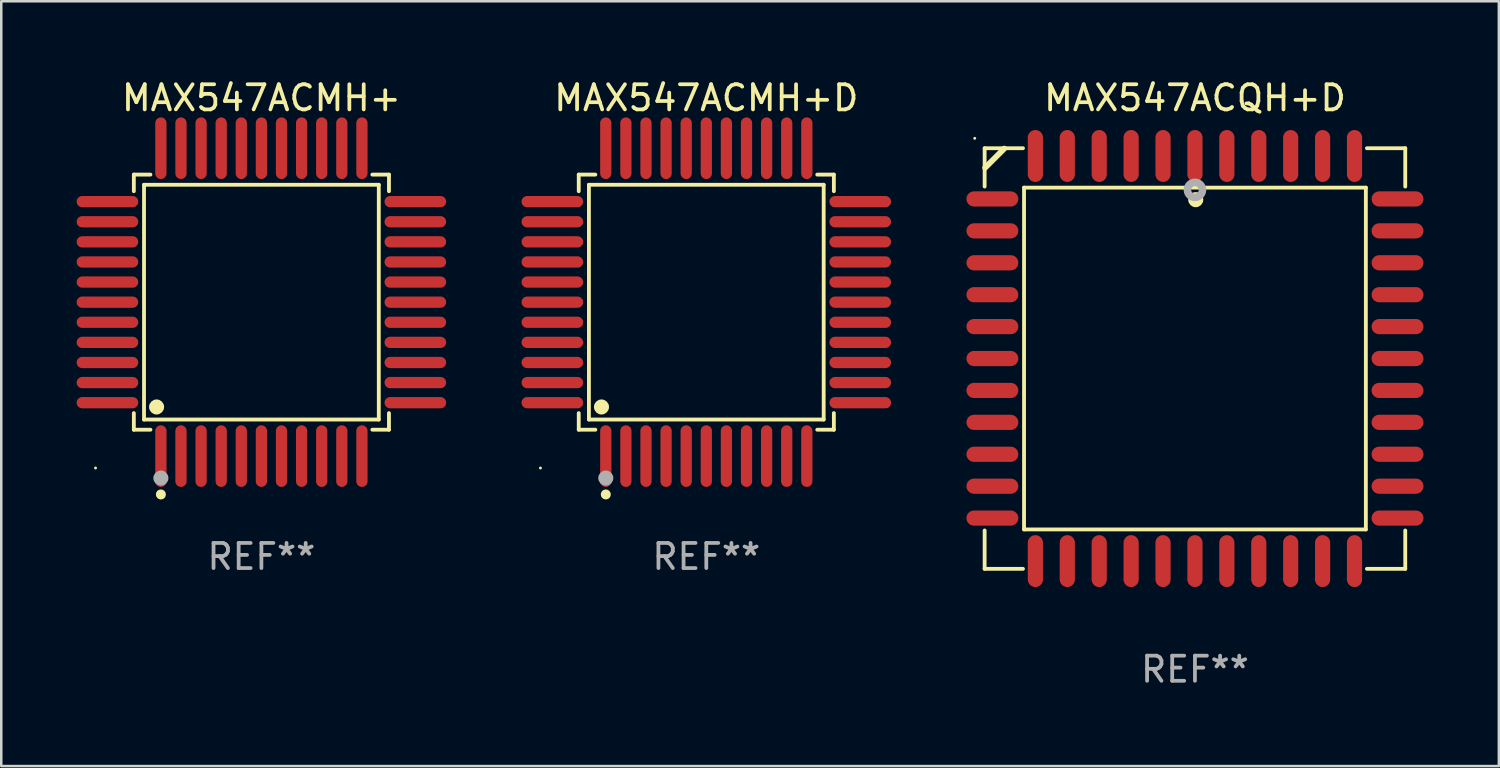
<source format=kicad_pcb>
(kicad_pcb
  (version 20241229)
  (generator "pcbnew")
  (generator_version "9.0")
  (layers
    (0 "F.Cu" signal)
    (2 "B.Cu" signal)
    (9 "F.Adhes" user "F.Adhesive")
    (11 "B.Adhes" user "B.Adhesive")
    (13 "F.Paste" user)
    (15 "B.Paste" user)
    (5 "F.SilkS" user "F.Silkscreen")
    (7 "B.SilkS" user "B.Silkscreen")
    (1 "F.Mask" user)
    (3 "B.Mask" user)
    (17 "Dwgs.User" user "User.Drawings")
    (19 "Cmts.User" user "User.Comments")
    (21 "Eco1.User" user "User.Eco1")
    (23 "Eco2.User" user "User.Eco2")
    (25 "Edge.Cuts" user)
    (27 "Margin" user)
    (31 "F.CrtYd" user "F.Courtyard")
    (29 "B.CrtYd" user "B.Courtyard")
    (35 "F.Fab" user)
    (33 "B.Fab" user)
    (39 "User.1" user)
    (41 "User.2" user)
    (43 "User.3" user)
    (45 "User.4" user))
  (footprint "MAX547ACQH+D"
    (layer "F.Cu")
    (at 44.501 11.217)
    (property "Reference" "MAX547ACQH+D" (at 0 -10.369 0) (layer "F.SilkS") (effects (font (size 1 1) (thickness 0.15))))
    (attr through_hole)
    (fp_line (start -8.369 -8.369) (end -8.369 -6.843) (stroke (width 0.152) (type solid)) (layer "F.SilkS"))
    (fp_line (start -8.369 8.369) (end -8.369 6.842) (stroke (width 0.152) (type solid)) (layer "F.SilkS"))
    (fp_line (start -7.589 -8.353) (end -8.351 -7.591) (stroke (width 0.229) (type solid)) (layer "F.SilkS"))
    (fp_line (start -6.843 -8.369) (end -8.369 -8.369) (stroke (width 0.152) (type solid)) (layer "F.SilkS"))
    (fp_line (start -6.843 8.369) (end -8.369 8.369) (stroke (width 0.152) (type solid)) (layer "F.SilkS"))
    (fp_line (start -6.801 -6.801) (end 6.801 -6.801) (stroke (width 0.152) (type solid)) (layer "F.SilkS"))
    (fp_line (start -6.801 6.801) (end -6.801 -6.801) (stroke (width 0.152) (type solid)) (layer "F.SilkS"))
    (fp_line (start 6.801 -6.801) (end 6.801 6.801) (stroke (width 0.152) (type solid)) (layer "F.SilkS"))
    (fp_line (start 6.801 6.801) (end -6.801 6.801) (stroke (width 0.152) (type solid)) (layer "F.SilkS"))
    (fp_line (start 6.843 -8.369) (end 8.369 -8.369) (stroke (width 0.152) (type solid)) (layer "F.SilkS"))
    (fp_line (start 6.843 8.369) (end 8.369 8.369) (stroke (width 0.152) (type solid)) (layer "F.SilkS"))
    (fp_line (start 8.369 -8.369) (end 8.369 -6.843) (stroke (width 0.152) (type solid)) (layer "F.SilkS"))
    (fp_line (start 8.369 8.369) (end 8.369 6.842) (stroke (width 0.152) (type solid)) (layer "F.SilkS"))
    (fp_circle (center -8.763 -8.763) (end -8.733 -8.763) (stroke (width 0.06) (type solid)) (fill no) (layer "F.SilkS"))
    (fp_circle (center 0.031 -6.321) (end 0.181 -6.321) (stroke (width 0.3) (type solid)) (fill no) (layer "F.SilkS"))
    (fp_circle (center 0.000076 -6.712) (end 0.15 -6.712) (stroke (width 0.3) (type solid)) (fill no) (layer "F.Fab"))
    (fp_text user "REF**" (at 0 12.369 0) (layer "F.Fab") (effects (font (size 1 1) (thickness 0.15))))
    (pad "1" smd oval (at 0.000076 -8.061 270) (size 2.064 0.604) (layers "F.Cu" "F.Mask" "F.Paste"))
    (pad "2" smd oval (at -1.27 -8.061 270) (size 2.064 0.604) (layers "F.Cu" "F.Mask" "F.Paste"))
    (pad "3" smd oval (at -2.54 -8.061 270) (size 2.064 0.604) (layers "F.Cu" "F.Mask" "F.Paste"))
    (pad "4" smd oval (at -3.81 -8.061 270) (size 2.064 0.604) (layers "F.Cu" "F.Mask" "F.Paste"))
    (pad "5" smd oval (at -5.08 -8.061 270) (size 2.064 0.604) (layers "F.Cu" "F.Mask" "F.Paste"))
    (pad "6" smd oval (at -6.35 -8.061 270) (size 2.064 0.604) (layers "F.Cu" "F.Mask" "F.Paste"))
    (pad "7" smd oval (at -8.061 -6.35 270) (size 0.604 2.064) (layers "F.Cu" "F.Mask" "F.Paste"))
    (pad "8" smd oval (at -8.061 -5.08 270) (size 0.604 2.064) (layers "F.Cu" "F.Mask" "F.Paste"))
    (pad "9" smd oval (at -8.061 -3.81 270) (size 0.604 2.064) (layers "F.Cu" "F.Mask" "F.Paste"))
    (pad "10" smd oval (at -8.061 -2.54 270) (size 0.604 2.064) (layers "F.Cu" "F.Mask" "F.Paste"))
    (pad "11" smd oval (at -8.061 -1.27 270) (size 0.604 2.064) (layers "F.Cu" "F.Mask" "F.Paste"))
    (pad "12" smd oval (at -8.061 -0.000051 270) (size 0.604 2.064) (layers "F.Cu" "F.Mask" "F.Paste"))
    (pad "13" smd oval (at -8.061 1.27 270) (size 0.604 2.064) (layers "F.Cu" "F.Mask" "F.Paste"))
    (pad "14" smd oval (at -8.061 2.54 270) (size 0.604 2.064) (layers "F.Cu" "F.Mask" "F.Paste"))
    (pad "15" smd oval (at -8.061 3.81 270) (size 0.604 2.064) (layers "F.Cu" "F.Mask" "F.Paste"))
    (pad "16" smd oval (at -8.061 5.08 270) (size 0.604 2.064) (layers "F.Cu" "F.Mask" "F.Paste"))
    (pad "17" smd oval (at -8.061 6.35 270) (size 0.604 2.064) (layers "F.Cu" "F.Mask" "F.Paste"))
    (pad "18" smd oval (at -6.35 8.061 270) (size 2.064 0.604) (layers "F.Cu" "F.Mask" "F.Paste"))
    (pad "19" smd oval (at -5.08 8.061 270) (size 2.064 0.604) (layers "F.Cu" "F.Mask" "F.Paste"))
    (pad "20" smd oval (at -3.81 8.061 270) (size 2.064 0.604) (layers "F.Cu" "F.Mask" "F.Paste"))
    (pad "21" smd oval (at -2.54 8.061 270) (size 2.064 0.604) (layers "F.Cu" "F.Mask" "F.Paste"))
    (pad "22" smd oval (at -1.27 8.061 270) (size 2.064 0.604) (layers "F.Cu" "F.Mask" "F.Paste"))
    (pad "23" smd oval (at 0.000076 8.061 270) (size 2.064 0.604) (layers "F.Cu" "F.Mask" "F.Paste"))
    (pad "24" smd oval (at 1.27 8.061 270) (size 2.064 0.604) (layers "F.Cu" "F.Mask" "F.Paste"))
    (pad "25" smd oval (at 2.54 8.061 270) (size 2.064 0.604) (layers "F.Cu" "F.Mask" "F.Paste"))
    (pad "26" smd oval (at 3.81 8.061 270) (size 2.064 0.604) (layers "F.Cu" "F.Mask" "F.Paste"))
    (pad "27" smd oval (at 5.08 8.061 270) (size 2.064 0.604) (layers "F.Cu" "F.Mask" "F.Paste"))
    (pad "28" smd oval (at 6.35 8.061 270) (size 2.064 0.604) (layers "F.Cu" "F.Mask" "F.Paste"))
    (pad "29" smd oval (at 8.061 6.35 270) (size 0.604 2.064) (layers "F.Cu" "F.Mask" "F.Paste"))
    (pad "30" smd oval (at 8.061 5.08 270) (size 0.604 2.064) (layers "F.Cu" "F.Mask" "F.Paste"))
    (pad "31" smd oval (at 8.061 3.81 270) (size 0.604 2.064) (layers "F.Cu" "F.Mask" "F.Paste"))
    (pad "32" smd oval (at 8.061 2.54 270) (size 0.604 2.064) (layers "F.Cu" "F.Mask" "F.Paste"))
    (pad "33" smd oval (at 8.061 1.27 270) (size 0.604 2.064) (layers "F.Cu" "F.Mask" "F.Paste"))
    (pad "34" smd oval (at 8.061 -0.000051 270) (size 0.604 2.064) (layers "F.Cu" "F.Mask" "F.Paste"))
    (pad "35" smd oval (at 8.061 -1.27 270) (size 0.604 2.064) (layers "F.Cu" "F.Mask" "F.Paste"))
    (pad "36" smd oval (at 8.061 -2.54 270) (size 0.604 2.064) (layers "F.Cu" "F.Mask" "F.Paste"))
    (pad "37" smd oval (at 8.061 -3.81 270) (size 0.604 2.064) (layers "F.Cu" "F.Mask" "F.Paste"))
    (pad "38" smd oval (at 8.061 -5.08 270) (size 0.604 2.064) (layers "F.Cu" "F.Mask" "F.Paste"))
    (pad "39" smd oval (at 8.061 -6.35 270) (size 0.604 2.064) (layers "F.Cu" "F.Mask" "F.Paste"))
    (pad "40" smd oval (at 6.35 -8.061 270) (size 2.064 0.604) (layers "F.Cu" "F.Mask" "F.Paste"))
    (pad "41" smd oval (at 5.08 -8.061 270) (size 2.064 0.604) (layers "F.Cu" "F.Mask" "F.Paste"))
    (pad "42" smd oval (at 3.81 -8.061 270) (size 2.064 0.604) (layers "F.Cu" "F.Mask" "F.Paste"))
    (pad "43" smd oval (at 2.54 -8.061 270) (size 2.064 0.604) (layers "F.Cu" "F.Mask" "F.Paste"))
    (pad "44" smd oval (at 1.27 -8.061 270) (size 2.064 0.604) (layers "F.Cu" "F.Mask" "F.Paste")))
  (footprint "MAX547ACMH+D"
    (layer "F.Cu")
    (at 25.056 8.974)
    (property "Reference" "MAX547ACMH+D" (at 0 -8.126 0) (layer "F.SilkS") (effects (font (size 1 1) (thickness 0.15))))
    (attr through_hole)
    (fp_line (start -5.076 -5.076) (end -4.415 -5.076) (stroke (width 0.152) (type solid)) (layer "F.SilkS"))
    (fp_line (start -5.076 -4.415) (end -5.076 -5.076) (stroke (width 0.152) (type solid)) (layer "F.SilkS"))
    (fp_line (start -5.076 4.415) (end -5.076 5.076) (stroke (width 0.152) (type solid)) (layer "F.SilkS"))
    (fp_line (start -5.076 5.076) (end -4.415 5.076) (stroke (width 0.152) (type solid)) (layer "F.SilkS"))
    (fp_line (start -4.671 -4.671) (end 4.671 -4.671) (stroke (width 0.152) (type solid)) (layer "F.SilkS"))
    (fp_line (start -4.671 4.671) (end -4.671 -4.671) (stroke (width 0.152) (type solid)) (layer "F.SilkS"))
    (fp_line (start 4.671 -4.671) (end 4.671 4.671) (stroke (width 0.152) (type solid)) (layer "F.SilkS"))
    (fp_line (start 4.671 4.671) (end -4.671 4.671) (stroke (width 0.152) (type solid)) (layer "F.SilkS"))
    (fp_line (start 5.076 -5.076) (end 4.415 -5.076) (stroke (width 0.152) (type solid)) (layer "F.SilkS"))
    (fp_line (start 5.076 -4.415) (end 5.076 -5.076) (stroke (width 0.152) (type solid)) (layer "F.SilkS"))
    (fp_line (start 5.076 4.415) (end 5.076 5.076) (stroke (width 0.152) (type solid)) (layer "F.SilkS"))
    (fp_line (start 5.076 5.076) (end 4.415 5.076) (stroke (width 0.152) (type solid)) (layer "F.SilkS"))
    (fp_circle (center -6.6 6.6) (end -6.57 6.6) (stroke (width 0.06) (type solid)) (fill no) (layer "F.SilkS"))
    (fp_circle (center -4.171 4.171) (end -4.021 4.171) (stroke (width 0.3) (type solid)) (fill no) (layer "F.SilkS"))
    (fp_circle (center -4 7.652) (end -3.9 7.652) (stroke (width 0.2) (type solid)) (fill no) (layer "F.SilkS"))
    (fp_circle (center -4 7) (end -3.85 7) (stroke (width 0.3) (type solid)) (fill no) (layer "F.Fab"))
    (fp_text user "REF**" (at 0 10.126 0) (layer "F.Fab") (effects (font (size 1 1) (thickness 0.15))))
    (pad "1" smd oval (at -4 6.126) (size 0.448 2.452) (layers "F.Cu" "F.Mask" "F.Paste"))
    (pad "2" smd oval (at -3.2 6.126) (size 0.448 2.452) (layers "F.Cu" "F.Mask" "F.Paste"))
    (pad "3" smd oval (at -2.4 6.126) (size 0.448 2.452) (layers "F.Cu" "F.Mask" "F.Paste"))
    (pad "4" smd oval (at -1.6 6.126) (size 0.448 2.452) (layers "F.Cu" "F.Mask" "F.Paste"))
    (pad "5" smd oval (at -0.8 6.126) (size 0.448 2.452) (layers "F.Cu" "F.Mask" "F.Paste"))
    (pad "6" smd oval (at 0 6.126) (size 0.448 2.452) (layers "F.Cu" "F.Mask" "F.Paste"))
    (pad "7" smd oval (at 0.8 6.126) (size 0.448 2.452) (layers "F.Cu" "F.Mask" "F.Paste"))
    (pad "8" smd oval (at 1.6 6.126) (size 0.448 2.452) (layers "F.Cu" "F.Mask" "F.Paste"))
    (pad "9" smd oval (at 2.4 6.126) (size 0.448 2.452) (layers "F.Cu" "F.Mask" "F.Paste"))
    (pad "10" smd oval (at 3.2 6.126) (size 0.448 2.452) (layers "F.Cu" "F.Mask" "F.Paste"))
    (pad "11" smd oval (at 4 6.126) (size 0.448 2.452) (layers "F.Cu" "F.Mask" "F.Paste"))
    (pad "12" smd oval (at 6.126 4) (size 2.452 0.448) (layers "F.Cu" "F.Mask" "F.Paste"))
    (pad "13" smd oval (at 6.126 3.2) (size 2.452 0.448) (layers "F.Cu" "F.Mask" "F.Paste"))
    (pad "14" smd oval (at 6.126 2.4) (size 2.452 0.448) (layers "F.Cu" "F.Mask" "F.Paste"))
    (pad "15" smd oval (at 6.126 1.6) (size 2.452 0.448) (layers "F.Cu" "F.Mask" "F.Paste"))
    (pad "16" smd oval (at 6.126 0.8) (size 2.452 0.448) (layers "F.Cu" "F.Mask" "F.Paste"))
    (pad "17" smd oval (at 6.126 0) (size 2.452 0.448) (layers "F.Cu" "F.Mask" "F.Paste"))
    (pad "18" smd oval (at 6.126 -0.8) (size 2.452 0.448) (layers "F.Cu" "F.Mask" "F.Paste"))
    (pad "19" smd oval (at 6.126 -1.6) (size 2.452 0.448) (layers "F.Cu" "F.Mask" "F.Paste"))
    (pad "20" smd oval (at 6.126 -2.4) (size 2.452 0.448) (layers "F.Cu" "F.Mask" "F.Paste"))
    (pad "21" smd oval (at 6.126 -3.2) (size 2.452 0.448) (layers "F.Cu" "F.Mask" "F.Paste"))
    (pad "22" smd oval (at 6.126 -4) (size 2.452 0.448) (layers "F.Cu" "F.Mask" "F.Paste"))
    (pad "23" smd oval (at 4 -6.126) (size 0.448 2.452) (layers "F.Cu" "F.Mask" "F.Paste"))
    (pad "24" smd oval (at 3.2 -6.126) (size 0.448 2.452) (layers "F.Cu" "F.Mask" "F.Paste"))
    (pad "25" smd oval (at 2.4 -6.126) (size 0.448 2.452) (layers "F.Cu" "F.Mask" "F.Paste"))
    (pad "26" smd oval (at 1.6 -6.126) (size 0.448 2.452) (layers "F.Cu" "F.Mask" "F.Paste"))
    (pad "27" smd oval (at 0.8 -6.126) (size 0.448 2.452) (layers "F.Cu" "F.Mask" "F.Paste"))
    (pad "28" smd oval (at 0 -6.126) (size 0.448 2.452) (layers "F.Cu" "F.Mask" "F.Paste"))
    (pad "29" smd oval (at -0.8 -6.126) (size 0.448 2.452) (layers "F.Cu" "F.Mask" "F.Paste"))
    (pad "30" smd oval (at -1.6 -6.126) (size 0.448 2.452) (layers "F.Cu" "F.Mask" "F.Paste"))
    (pad "31" smd oval (at -2.4 -6.126) (size 0.448 2.452) (layers "F.Cu" "F.Mask" "F.Paste"))
    (pad "32" smd oval (at -3.2 -6.126) (size 0.448 2.452) (layers "F.Cu" "F.Mask" "F.Paste"))
    (pad "33" smd oval (at -4 -6.126) (size 0.448 2.452) (layers "F.Cu" "F.Mask" "F.Paste"))
    (pad "34" smd oval (at -6.126 -4) (size 2.452 0.448) (layers "F.Cu" "F.Mask" "F.Paste"))
    (pad "35" smd oval (at -6.126 -3.2) (size 2.452 0.448) (layers "F.Cu" "F.Mask" "F.Paste"))
    (pad "36" smd oval (at -6.126 -2.4) (size 2.452 0.448) (layers "F.Cu" "F.Mask" "F.Paste"))
    (pad "37" smd oval (at -6.126 -1.6) (size 2.452 0.448) (layers "F.Cu" "F.Mask" "F.Paste"))
    (pad "38" smd oval (at -6.126 -0.8) (size 2.452 0.448) (layers "F.Cu" "F.Mask" "F.Paste"))
    (pad "39" smd oval (at -6.126 0) (size 2.452 0.448) (layers "F.Cu" "F.Mask" "F.Paste"))
    (pad "40" smd oval (at -6.126 0.8) (size 2.452 0.448) (layers "F.Cu" "F.Mask" "F.Paste"))
    (pad "41" smd oval (at -6.126 1.6) (size 2.452 0.448) (layers "F.Cu" "F.Mask" "F.Paste"))
    (pad "42" smd oval (at -6.126 2.4) (size 2.452 0.448) (layers "F.Cu" "F.Mask" "F.Paste"))
    (pad "43" smd oval (at -6.126 3.2) (size 2.452 0.448) (layers "F.Cu" "F.Mask" "F.Paste"))
    (pad "44" smd oval (at -6.126 4) (size 2.452 0.448) (layers "F.Cu" "F.Mask" "F.Paste")))
  (footprint "MAX547ACMH+"
    (layer "F.Cu")
    (at 7.352 8.974)
    (property "Reference" "MAX547ACMH+" (at 0 -8.126 0) (layer "F.SilkS") (effects (font (size 1 1) (thickness 0.15))))
    (attr through_hole)
    (fp_line (start -5.076 -5.076) (end -4.415 -5.076) (stroke (width 0.152) (type solid)) (layer "F.SilkS"))
    (fp_line (start -5.076 -4.415) (end -5.076 -5.076) (stroke (width 0.152) (type solid)) (layer "F.SilkS"))
    (fp_line (start -5.076 4.415) (end -5.076 5.076) (stroke (width 0.152) (type solid)) (layer "F.SilkS"))
    (fp_line (start -5.076 5.076) (end -4.415 5.076) (stroke (width 0.152) (type solid)) (layer "F.SilkS"))
    (fp_line (start -4.671 -4.671) (end 4.671 -4.671) (stroke (width 0.152) (type solid)) (layer "F.SilkS"))
    (fp_line (start -4.671 4.671) (end -4.671 -4.671) (stroke (width 0.152) (type solid)) (layer "F.SilkS"))
    (fp_line (start 4.671 -4.671) (end 4.671 4.671) (stroke (width 0.152) (type solid)) (layer "F.SilkS"))
    (fp_line (start 4.671 4.671) (end -4.671 4.671) (stroke (width 0.152) (type solid)) (layer "F.SilkS"))
    (fp_line (start 5.076 -5.076) (end 4.415 -5.076) (stroke (width 0.152) (type solid)) (layer "F.SilkS"))
    (fp_line (start 5.076 -4.415) (end 5.076 -5.076) (stroke (width 0.152) (type solid)) (layer "F.SilkS"))
    (fp_line (start 5.076 4.415) (end 5.076 5.076) (stroke (width 0.152) (type solid)) (layer "F.SilkS"))
    (fp_line (start 5.076 5.076) (end 4.415 5.076) (stroke (width 0.152) (type solid)) (layer "F.SilkS"))
    (fp_circle (center -6.6 6.6) (end -6.57 6.6) (stroke (width 0.06) (type solid)) (fill no) (layer "F.SilkS"))
    (fp_circle (center -4.171 4.171) (end -4.021 4.171) (stroke (width 0.3) (type solid)) (fill no) (layer "F.SilkS"))
    (fp_circle (center -4 7.652) (end -3.9 7.652) (stroke (width 0.2) (type solid)) (fill no) (layer "F.SilkS"))
    (fp_circle (center -4 7) (end -3.85 7) (stroke (width 0.3) (type solid)) (fill no) (layer "F.Fab"))
    (fp_text user "REF**" (at 0 10.126 0) (layer "F.Fab") (effects (font (size 1 1) (thickness 0.15))))
    (pad "1" smd oval (at -4 6.126) (size 0.448 2.452) (layers "F.Cu" "F.Mask" "F.Paste"))
    (pad "2" smd oval (at -3.2 6.126) (size 0.448 2.452) (layers "F.Cu" "F.Mask" "F.Paste"))
    (pad "3" smd oval (at -2.4 6.126) (size 0.448 2.452) (layers "F.Cu" "F.Mask" "F.Paste"))
    (pad "4" smd oval (at -1.6 6.126) (size 0.448 2.452) (layers "F.Cu" "F.Mask" "F.Paste"))
    (pad "5" smd oval (at -0.8 6.126) (size 0.448 2.452) (layers "F.Cu" "F.Mask" "F.Paste"))
    (pad "6" smd oval (at 0 6.126) (size 0.448 2.452) (layers "F.Cu" "F.Mask" "F.Paste"))
    (pad "7" smd oval (at 0.8 6.126) (size 0.448 2.452) (layers "F.Cu" "F.Mask" "F.Paste"))
    (pad "8" smd oval (at 1.6 6.126) (size 0.448 2.452) (layers "F.Cu" "F.Mask" "F.Paste"))
    (pad "9" smd oval (at 2.4 6.126) (size 0.448 2.452) (layers "F.Cu" "F.Mask" "F.Paste"))
    (pad "10" smd oval (at 3.2 6.126) (size 0.448 2.452) (layers "F.Cu" "F.Mask" "F.Paste"))
    (pad "11" smd oval (at 4 6.126) (size 0.448 2.452) (layers "F.Cu" "F.Mask" "F.Paste"))
    (pad "12" smd oval (at 6.126 4) (size 2.452 0.448) (layers "F.Cu" "F.Mask" "F.Paste"))
    (pad "13" smd oval (at 6.126 3.2) (size 2.452 0.448) (layers "F.Cu" "F.Mask" "F.Paste"))
    (pad "14" smd oval (at 6.126 2.4) (size 2.452 0.448) (layers "F.Cu" "F.Mask" "F.Paste"))
    (pad "15" smd oval (at 6.126 1.6) (size 2.452 0.448) (layers "F.Cu" "F.Mask" "F.Paste"))
    (pad "16" smd oval (at 6.126 0.8) (size 2.452 0.448) (layers "F.Cu" "F.Mask" "F.Paste"))
    (pad "17" smd oval (at 6.126 0) (size 2.452 0.448) (layers "F.Cu" "F.Mask" "F.Paste"))
    (pad "18" smd oval (at 6.126 -0.8) (size 2.452 0.448) (layers "F.Cu" "F.Mask" "F.Paste"))
    (pad "19" smd oval (at 6.126 -1.6) (size 2.452 0.448) (layers "F.Cu" "F.Mask" "F.Paste"))
    (pad "20" smd oval (at 6.126 -2.4) (size 2.452 0.448) (layers "F.Cu" "F.Mask" "F.Paste"))
    (pad "21" smd oval (at 6.126 -3.2) (size 2.452 0.448) (layers "F.Cu" "F.Mask" "F.Paste"))
    (pad "22" smd oval (at 6.126 -4) (size 2.452 0.448) (layers "F.Cu" "F.Mask" "F.Paste"))
    (pad "23" smd oval (at 4 -6.126) (size 0.448 2.452) (layers "F.Cu" "F.Mask" "F.Paste"))
    (pad "24" smd oval (at 3.2 -6.126) (size 0.448 2.452) (layers "F.Cu" "F.Mask" "F.Paste"))
    (pad "25" smd oval (at 2.4 -6.126) (size 0.448 2.452) (layers "F.Cu" "F.Mask" "F.Paste"))
    (pad "26" smd oval (at 1.6 -6.126) (size 0.448 2.452) (layers "F.Cu" "F.Mask" "F.Paste"))
    (pad "27" smd oval (at 0.8 -6.126) (size 0.448 2.452) (layers "F.Cu" "F.Mask" "F.Paste"))
    (pad "28" smd oval (at 0 -6.126) (size 0.448 2.452) (layers "F.Cu" "F.Mask" "F.Paste"))
    (pad "29" smd oval (at -0.8 -6.126) (size 0.448 2.452) (layers "F.Cu" "F.Mask" "F.Paste"))
    (pad "30" smd oval (at -1.6 -6.126) (size 0.448 2.452) (layers "F.Cu" "F.Mask" "F.Paste"))
    (pad "31" smd oval (at -2.4 -6.126) (size 0.448 2.452) (layers "F.Cu" "F.Mask" "F.Paste"))
    (pad "32" smd oval (at -3.2 -6.126) (size 0.448 2.452) (layers "F.Cu" "F.Mask" "F.Paste"))
    (pad "33" smd oval (at -4 -6.126) (size 0.448 2.452) (layers "F.Cu" "F.Mask" "F.Paste"))
    (pad "34" smd oval (at -6.126 -4) (size 2.452 0.448) (layers "F.Cu" "F.Mask" "F.Paste"))
    (pad "35" smd oval (at -6.126 -3.2) (size 2.452 0.448) (layers "F.Cu" "F.Mask" "F.Paste"))
    (pad "36" smd oval (at -6.126 -2.4) (size 2.452 0.448) (layers "F.Cu" "F.Mask" "F.Paste"))
    (pad "37" smd oval (at -6.126 -1.6) (size 2.452 0.448) (layers "F.Cu" "F.Mask" "F.Paste"))
    (pad "38" smd oval (at -6.126 -0.8) (size 2.452 0.448) (layers "F.Cu" "F.Mask" "F.Paste"))
    (pad "39" smd oval (at -6.126 0) (size 2.452 0.448) (layers "F.Cu" "F.Mask" "F.Paste"))
    (pad "40" smd oval (at -6.126 0.8) (size 2.452 0.448) (layers "F.Cu" "F.Mask" "F.Paste"))
    (pad "41" smd oval (at -6.126 1.6) (size 2.452 0.448) (layers "F.Cu" "F.Mask" "F.Paste"))
    (pad "42" smd oval (at -6.126 2.4) (size 2.452 0.448) (layers "F.Cu" "F.Mask" "F.Paste"))
    (pad "43" smd oval (at -6.126 3.2) (size 2.452 0.448) (layers "F.Cu" "F.Mask" "F.Paste"))
    (pad "44" smd oval (at -6.126 4) (size 2.452 0.448) (layers "F.Cu" "F.Mask" "F.Paste")))
  (gr_rect
    (start -3 -3)
    (end 56.594 27.435)
    (stroke (width 0.1) (type default))
    (fill no)
    (layer "Edge.Cuts")))
</source>
